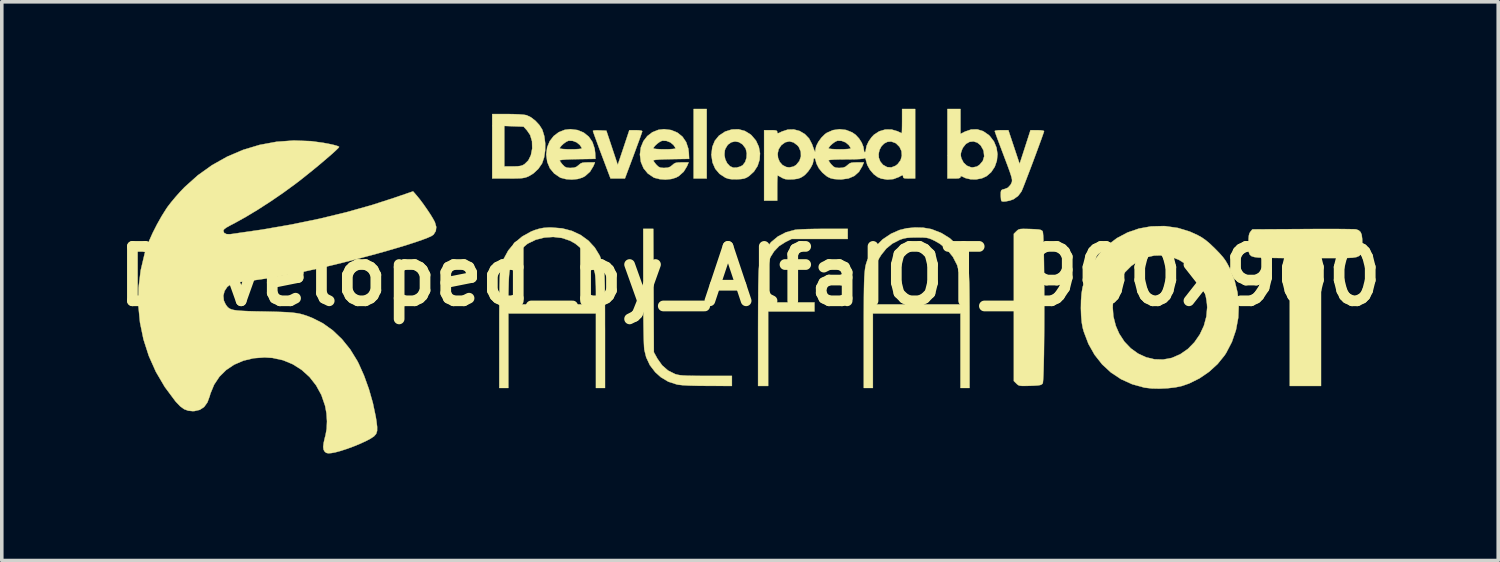
<source format=kicad_pcb>
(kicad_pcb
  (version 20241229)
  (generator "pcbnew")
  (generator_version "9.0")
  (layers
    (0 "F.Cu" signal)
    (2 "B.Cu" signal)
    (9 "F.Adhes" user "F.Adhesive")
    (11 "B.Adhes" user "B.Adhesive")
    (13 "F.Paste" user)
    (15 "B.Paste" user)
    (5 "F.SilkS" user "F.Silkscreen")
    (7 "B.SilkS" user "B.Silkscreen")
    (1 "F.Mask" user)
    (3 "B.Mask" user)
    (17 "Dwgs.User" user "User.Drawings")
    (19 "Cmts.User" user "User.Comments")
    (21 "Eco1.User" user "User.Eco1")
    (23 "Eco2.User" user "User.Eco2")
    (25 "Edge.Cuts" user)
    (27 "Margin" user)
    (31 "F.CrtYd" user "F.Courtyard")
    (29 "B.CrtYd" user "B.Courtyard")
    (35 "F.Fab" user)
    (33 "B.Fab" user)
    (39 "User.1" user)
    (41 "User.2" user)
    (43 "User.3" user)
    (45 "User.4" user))
  (footprint "Developed_by_AlfaIOT_900x900"
    (layer "F.Cu")
    (at 17.969 4.69)
    (property "Reference" "Developed_by_AlfaIOT_900x900" (at 0 0 0) (layer "F.SilkS") (effects (font (size 1.524 1.524) (thickness 0.3))))
    (attr through_hole)
    (fp_poly (pts (xy -1.214 -2.738) (xy -1.58 -2.738) (xy -1.58 -4.685) (xy -1.214 -4.685) (xy -1.214 -2.738)) (stroke (width 0.01) (type solid)) (fill yes) (layer "F.SilkS"))
    (fp_poly (pts (xy -3.108 -4.088) (xy -3.043 -4.078) (xy -3.02 -4.064) (xy -3.029 -4.031) (xy -3.056 -3.953) (xy -3.097 -3.837) (xy -3.151 -3.691) (xy -3.213 -3.522) (xy -3.263 -3.387) (xy -3.506 -2.738) (xy -3.708 -2.738) (xy -3.909 -2.738) (xy -4.156 -3.394) (xy -4.224 -3.575) (xy -4.284 -3.739) (xy -4.335 -3.878) (xy -4.374 -3.985) (xy -4.397 -4.052) (xy -4.403 -4.072) (xy -4.377 -4.083) (xy -4.309 -4.088) (xy -4.215 -4.086) (xy -4.214 -4.086) (xy -4.026 -4.078) (xy -3.866 -3.598) (xy -3.707 -3.119) (xy -3.544 -3.605) (xy -3.382 -4.092) (xy -3.201 -4.092) (xy -3.108 -4.088)) (stroke (width 0.01) (type solid)) (fill yes) (layer "F.SilkS"))
    (fp_poly (pts (xy -2.695 2.131) (xy -2.594 2.314) (xy -2.462 2.5) (xy -2.297 2.644) (xy -2.102 2.742) (xy -2.082 2.748) (xy -2.026 2.763) (xy -1.957 2.775) (xy -1.866 2.783) (xy -1.747 2.789) (xy -1.592 2.792) (xy -1.393 2.794) (xy -1.224 2.794) (xy -0.508 2.794) (xy -0.508 3.076) (xy -1.192 3.074) (xy -1.478 3.071) (xy -1.708 3.065) (xy -1.886 3.055) (xy -2.013 3.041) (xy -2.053 3.033) (xy -2.29 2.956) (xy -2.5 2.83) (xy -2.655 2.691) (xy -2.807 2.493) (xy -2.91 2.272) (xy -2.962 2.06) (xy -2.968 1.99) (xy -2.974 1.867) (xy -2.979 1.695) (xy -2.983 1.478) (xy -2.987 1.22) (xy -2.989 0.923) (xy -2.991 0.593) (xy -2.991 0.275) (xy -2.992 -1.326) (xy -2.711 -1.326) (xy -2.695 2.131)) (stroke (width 0.01) (type solid)) (fill yes) (layer "F.SilkS"))
    (fp_poly (pts (xy 2.738 -1.044) (xy 1.166 -1.044) (xy 0.994 -0.958) (xy 0.816 -0.845) (xy 0.676 -0.699) (xy 0.586 -0.557) (xy 0.564 -0.513) (xy 0.548 -0.467) (xy 0.536 -0.411) (xy 0.528 -0.336) (xy 0.522 -0.232) (xy 0.517 -0.092) (xy 0.514 0.094) (xy 0.513 0.148) (xy 0.504 0.734) (xy 1.806 0.734) (xy 1.806 0.988) (xy 0.508 0.988) (xy 0.508 3.076) (xy 0.226 3.076) (xy 0.226 1.489) (xy 0.227 1.139) (xy 0.228 0.818) (xy 0.231 0.53) (xy 0.234 0.278) (xy 0.239 0.066) (xy 0.244 -0.101) (xy 0.249 -0.219) (xy 0.255 -0.282) (xy 0.323 -0.535) (xy 0.436 -0.762) (xy 0.592 -0.956) (xy 0.783 -1.114) (xy 1.007 -1.23) (xy 1.256 -1.298) (xy 1.259 -1.299) (xy 1.336 -1.307) (xy 1.458 -1.314) (xy 1.616 -1.32) (xy 1.798 -1.324) (xy 1.993 -1.326) (xy 2.081 -1.326) (xy 2.738 -1.326) (xy 2.738 -1.044)) (stroke (width 0.01) (type solid)) (fill yes) (layer "F.SilkS"))
    (fp_poly (pts (xy 16.285 -1.322) (xy 16.501 -1.322) (xy 16.684 -1.32) (xy 16.828 -1.318) (xy 16.929 -1.316) (xy 16.98 -1.313) (xy 16.983 -1.313) (xy 17.06 -1.284) (xy 17.111 -1.236) (xy 17.142 -1.159) (xy 17.156 -1.044) (xy 17.158 -0.924) (xy 17.156 -0.793) (xy 17.145 -0.693) (xy 17.12 -0.62) (xy 17.073 -0.569) (xy 16.997 -0.536) (xy 16.887 -0.518) (xy 16.735 -0.51) (xy 16.535 -0.508) (xy 16.484 -0.508) (xy 16.002 -0.508) (xy 16.002 3.076) (xy 15.127 3.076) (xy 15.127 -0.505) (xy 14.602 -0.513) (xy 14.398 -0.517) (xy 14.243 -0.523) (xy 14.131 -0.537) (xy 14.055 -0.561) (xy 14.007 -0.602) (xy 13.982 -0.662) (xy 13.972 -0.748) (xy 13.97 -0.862) (xy 13.97 -0.917) (xy 13.972 -1.049) (xy 13.98 -1.138) (xy 13.995 -1.198) (xy 14.021 -1.242) (xy 14.024 -1.246) (xy 14.078 -1.312) (xy 15.499 -1.32) (xy 15.778 -1.322) (xy 16.042 -1.322) (xy 16.285 -1.322)) (stroke (width 0.01) (type solid)) (fill yes) (layer "F.SilkS"))
    (fp_poly (pts (xy 7.767 -1.324) (xy 7.849 -1.322) (xy 7.989 -1.316) (xy 8.084 -1.309) (xy 8.144 -1.297) (xy 8.18 -1.279) (xy 8.201 -1.258) (xy 8.209 -1.218) (xy 8.217 -1.128) (xy 8.223 -0.992) (xy 8.229 -0.817) (xy 8.234 -0.606) (xy 8.238 -0.367) (xy 8.241 -0.104) (xy 8.243 0.178) (xy 8.245 0.472) (xy 8.246 0.773) (xy 8.246 1.076) (xy 8.245 1.376) (xy 8.243 1.666) (xy 8.24 1.942) (xy 8.237 2.198) (xy 8.232 2.429) (xy 8.227 2.628) (xy 8.221 2.792) (xy 8.214 2.913) (xy 8.207 2.987) (xy 8.201 3.007) (xy 8.176 3.032) (xy 8.137 3.049) (xy 8.073 3.06) (xy 7.972 3.067) (xy 7.849 3.072) (xy 7.712 3.075) (xy 7.62 3.075) (xy 7.559 3.068) (xy 7.518 3.053) (xy 7.485 3.028) (xy 7.466 3.009) (xy 7.394 2.938) (xy 7.394 -1.188) (xy 7.466 -1.26) (xy 7.5 -1.291) (xy 7.535 -1.311) (xy 7.583 -1.322) (xy 7.656 -1.326) (xy 7.767 -1.324)) (stroke (width 0.01) (type solid)) (fill yes) (layer "F.SilkS"))
    (fp_poly (pts (xy -6.623 -4.541) (xy -6.469 -4.535) (xy -6.345 -4.525) (xy -6.265 -4.512) (xy -6.259 -4.51) (xy -6.139 -4.452) (xy -6.016 -4.357) (xy -5.906 -4.239) (xy -5.827 -4.115) (xy -5.818 -4.096) (xy -5.765 -3.923) (xy -5.74 -3.725) (xy -5.742 -3.52) (xy -5.771 -3.327) (xy -5.826 -3.165) (xy -5.832 -3.154) (xy -5.933 -3.008) (xy -6.069 -2.881) (xy -6.195 -2.804) (xy -6.253 -2.779) (xy -6.311 -2.761) (xy -6.378 -2.749) (xy -6.467 -2.742) (xy -6.587 -2.739) (xy -6.752 -2.738) (xy -6.78 -2.738) (xy -7.225 -2.738) (xy -7.225 -3.076) (xy -6.886 -3.076) (xy -6.651 -3.076) (xy -6.525 -3.079) (xy -6.438 -3.089) (xy -6.373 -3.109) (xy -6.319 -3.14) (xy -6.213 -3.244) (xy -6.141 -3.391) (xy -6.104 -3.577) (xy -6.104 -3.578) (xy -6.109 -3.781) (xy -6.161 -3.955) (xy -6.251 -4.087) (xy -6.346 -4.191) (xy -6.616 -4.201) (xy -6.886 -4.211) (xy -6.886 -3.076) (xy -7.225 -3.076) (xy -7.225 -4.544) (xy -6.798 -4.544) (xy -6.623 -4.541)) (stroke (width 0.01) (type solid)) (fill yes) (layer "F.SilkS"))
    (fp_poly (pts (xy 5.898 -3.987) (xy 6.03 -4.054) (xy 6.201 -4.112) (xy 6.371 -4.114) (xy 6.536 -4.062) (xy 6.69 -3.956) (xy 6.721 -3.926) (xy 6.837 -3.774) (xy 6.908 -3.602) (xy 6.935 -3.42) (xy 6.918 -3.238) (xy 6.859 -3.067) (xy 6.758 -2.915) (xy 6.627 -2.802) (xy 6.498 -2.743) (xy 6.344 -2.714) (xy 6.186 -2.715) (xy 6.046 -2.747) (xy 6.004 -2.766) (xy 5.937 -2.799) (xy 5.906 -2.803) (xy 5.898 -2.781) (xy 5.887 -2.757) (xy 5.844 -2.743) (xy 5.761 -2.738) (xy 5.715 -2.738) (xy 5.532 -2.738) (xy 5.532 -3.378) (xy 5.906 -3.378) (xy 5.923 -3.303) (xy 5.984 -3.183) (xy 6.078 -3.096) (xy 6.193 -3.052) (xy 6.237 -3.048) (xy 6.355 -3.071) (xy 6.432 -3.121) (xy 6.524 -3.23) (xy 6.563 -3.359) (xy 6.548 -3.501) (xy 6.534 -3.543) (xy 6.464 -3.666) (xy 6.369 -3.744) (xy 6.262 -3.777) (xy 6.153 -3.765) (xy 6.051 -3.708) (xy 5.969 -3.605) (xy 5.94 -3.543) (xy 5.91 -3.451) (xy 5.906 -3.378) (xy 5.532 -3.378) (xy 5.532 -4.685) (xy 5.898 -4.685) (xy 5.898 -3.987)) (stroke (width 0.01) (type solid)) (fill yes) (layer "F.SilkS"))
    (fp_poly (pts (xy -0.145 -4.07) (xy 0.015 -3.972) (xy 0.042 -3.948) (xy 0.168 -3.798) (xy 0.247 -3.626) (xy 0.28 -3.445) (xy 0.268 -3.262) (xy 0.211 -3.087) (xy 0.109 -2.93) (xy -0.024 -2.809) (xy -0.096 -2.763) (xy -0.165 -2.736) (xy -0.251 -2.722) (xy -0.362 -2.716) (xy -0.497 -2.715) (xy -0.596 -2.728) (xy -0.68 -2.756) (xy -0.691 -2.761) (xy -0.854 -2.868) (xy -0.975 -3.011) (xy -1.051 -3.186) (xy -1.081 -3.388) (xy -1.081 -3.4) (xy -0.718 -3.4) (xy -0.694 -3.275) (xy -0.64 -3.165) (xy -0.562 -3.082) (xy -0.471 -3.041) (xy -0.374 -3.044) (xy -0.271 -3.073) (xy -0.205 -3.11) (xy -0.137 -3.199) (xy -0.098 -3.318) (xy -0.091 -3.448) (xy -0.119 -3.567) (xy -0.126 -3.583) (xy -0.209 -3.693) (xy -0.31 -3.757) (xy -0.42 -3.776) (xy -0.527 -3.752) (xy -0.621 -3.685) (xy -0.689 -3.576) (xy -0.706 -3.526) (xy -0.718 -3.4) (xy -1.081 -3.4) (xy -1.081 -3.415) (xy -1.057 -3.622) (xy -0.986 -3.796) (xy -0.87 -3.938) (xy -0.71 -4.045) (xy -0.693 -4.054) (xy -0.507 -4.112) (xy -0.322 -4.117) (xy -0.145 -4.07)) (stroke (width 0.01) (type solid)) (fill yes) (layer "F.SilkS"))
    (fp_poly (pts (xy 7.398 -3.619) (xy 7.555 -3.147) (xy 7.708 -3.619) (xy 7.86 -4.091) (xy 8.05 -4.092) (xy 8.147 -4.088) (xy 8.215 -4.079) (xy 8.241 -4.065) (xy 8.241 -4.065) (xy 8.231 -4.031) (xy 8.204 -3.953) (xy 8.163 -3.837) (xy 8.11 -3.693) (xy 8.049 -3.527) (xy 7.983 -3.348) (xy 7.914 -3.163) (xy 7.845 -2.981) (xy 7.779 -2.809) (xy 7.72 -2.655) (xy 7.67 -2.526) (xy 7.632 -2.432) (xy 7.609 -2.378) (xy 7.607 -2.374) (xy 7.513 -2.249) (xy 7.385 -2.157) (xy 7.281 -2.119) (xy 7.165 -2.096) (xy 7.092 -2.091) (xy 7.051 -2.103) (xy 7.046 -2.107) (xy 7.035 -2.144) (xy 7.029 -2.218) (xy 7.027 -2.273) (xy 7.029 -2.36) (xy 7.041 -2.406) (xy 7.072 -2.427) (xy 7.122 -2.439) (xy 7.227 -2.48) (xy 7.302 -2.562) (xy 7.336 -2.633) (xy 7.343 -2.663) (xy 7.343 -2.702) (xy 7.333 -2.756) (xy 7.311 -2.833) (xy 7.276 -2.938) (xy 7.225 -3.079) (xy 7.156 -3.262) (xy 7.112 -3.379) (xy 7.043 -3.562) (xy 6.981 -3.727) (xy 6.928 -3.868) (xy 6.889 -3.977) (xy 6.865 -4.046) (xy 6.858 -4.069) (xy 6.884 -4.08) (xy 6.951 -4.089) (xy 7.047 -4.092) (xy 7.049 -4.092) (xy 7.24 -4.092) (xy 7.398 -3.619)) (stroke (width 0.01) (type solid)) (fill yes) (layer "F.SilkS"))
    (fp_poly (pts (xy -4.833 -4.095) (xy -4.659 -4.023) (xy -4.518 -3.909) (xy -4.415 -3.758) (xy -4.354 -3.574) (xy -4.34 -3.457) (xy -4.332 -3.288) (xy -4.833 -3.28) (xy -5.01 -3.276) (xy -5.155 -3.27) (xy -5.261 -3.261) (xy -5.322 -3.252) (xy -5.334 -3.245) (xy -5.317 -3.209) (xy -5.273 -3.151) (xy -5.252 -3.126) (xy -5.193 -3.069) (xy -5.135 -3.042) (xy -5.052 -3.034) (xy -5.028 -3.034) (xy -4.93 -3.041) (xy -4.861 -3.067) (xy -4.805 -3.111) (xy -4.754 -3.154) (xy -4.701 -3.178) (xy -4.627 -3.187) (xy -4.535 -3.189) (xy -4.345 -3.189) (xy -4.39 -3.083) (xy -4.484 -2.928) (xy -4.619 -2.807) (xy -4.699 -2.763) (xy -4.834 -2.723) (xy -4.995 -2.708) (xy -5.157 -2.72) (xy -5.299 -2.756) (xy -5.326 -2.768) (xy -5.488 -2.878) (xy -5.608 -3.023) (xy -5.682 -3.2) (xy -5.71 -3.403) (xy -5.71 -3.418) (xy -5.688 -3.582) (xy -5.334 -3.582) (xy -5.308 -3.572) (xy -5.236 -3.563) (xy -5.131 -3.558) (xy -5.024 -3.556) (xy -4.899 -3.558) (xy -4.798 -3.564) (xy -4.733 -3.572) (xy -4.713 -3.58) (xy -4.729 -3.618) (xy -4.768 -3.674) (xy -4.77 -3.677) (xy -4.856 -3.749) (xy -4.966 -3.792) (xy -5.075 -3.797) (xy -5.092 -3.794) (xy -5.153 -3.765) (xy -5.224 -3.714) (xy -5.287 -3.655) (xy -5.328 -3.602) (xy -5.334 -3.582) (xy -5.688 -3.582) (xy -5.684 -3.612) (xy -5.613 -3.784) (xy -5.502 -3.928) (xy -5.359 -4.036) (xy -5.19 -4.102) (xy -5.035 -4.12) (xy -4.833 -4.095)) (stroke (width 0.01) (type solid)) (fill yes) (layer "F.SilkS"))
    (fp_poly (pts (xy -2.209 -4.095) (xy -2.035 -4.023) (xy -1.893 -3.909) (xy -1.79 -3.758) (xy -1.729 -3.574) (xy -1.715 -3.457) (xy -1.707 -3.288) (xy -2.208 -3.28) (xy -2.385 -3.276) (xy -2.53 -3.27) (xy -2.636 -3.261) (xy -2.697 -3.252) (xy -2.709 -3.245) (xy -2.692 -3.209) (xy -2.648 -3.151) (xy -2.627 -3.126) (xy -2.568 -3.069) (xy -2.51 -3.042) (xy -2.427 -3.034) (xy -2.403 -3.034) (xy -2.305 -3.041) (xy -2.236 -3.067) (xy -2.18 -3.111) (xy -2.129 -3.154) (xy -2.076 -3.178) (xy -2.002 -3.187) (xy -1.91 -3.189) (xy -1.721 -3.189) (xy -1.765 -3.083) (xy -1.859 -2.928) (xy -1.995 -2.807) (xy -2.074 -2.763) (xy -2.209 -2.723) (xy -2.37 -2.708) (xy -2.533 -2.72) (xy -2.674 -2.756) (xy -2.702 -2.768) (xy -2.864 -2.878) (xy -2.983 -3.023) (xy -3.058 -3.2) (xy -3.085 -3.403) (xy -3.085 -3.418) (xy -3.063 -3.582) (xy -2.709 -3.582) (xy -2.683 -3.572) (xy -2.612 -3.563) (xy -2.506 -3.558) (xy -2.399 -3.556) (xy -2.274 -3.558) (xy -2.173 -3.564) (xy -2.108 -3.572) (xy -2.088 -3.58) (xy -2.104 -3.618) (xy -2.143 -3.674) (xy -2.145 -3.677) (xy -2.231 -3.749) (xy -2.341 -3.792) (xy -2.451 -3.797) (xy -2.468 -3.794) (xy -2.529 -3.765) (xy -2.599 -3.714) (xy -2.663 -3.655) (xy -2.703 -3.602) (xy -2.709 -3.582) (xy -3.063 -3.582) (xy -3.059 -3.612) (xy -2.988 -3.784) (xy -2.877 -3.928) (xy -2.734 -4.036) (xy -2.565 -4.102) (xy -2.41 -4.12) (xy -2.209 -4.095)) (stroke (width 0.01) (type solid)) (fill yes) (layer "F.SilkS"))
    (fp_poly (pts (xy -5.263 -1.34) (xy -4.989 -1.268) (xy -4.743 -1.152) (xy -4.528 -0.995) (xy -4.349 -0.8) (xy -4.21 -0.571) (xy -4.115 -0.31) (xy -4.107 -0.28) (xy -4.098 -0.232) (xy -4.09 -0.171) (xy -4.084 -0.092) (xy -4.078 0.008) (xy -4.074 0.136) (xy -4.07 0.294) (xy -4.068 0.489) (xy -4.066 0.724) (xy -4.065 1.004) (xy -4.065 1.334) (xy -4.064 1.517) (xy -4.064 3.133) (xy -4.318 3.133) (xy -4.318 1.044) (xy -6.773 1.044) (xy -6.773 3.133) (xy -7.027 3.133) (xy -7.027 1.54) (xy -7.027 1.13) (xy -7.025 0.79) (xy -6.779 0.79) (xy -4.318 0.79) (xy -4.318 0.427) (xy -4.32 0.273) (xy -4.327 0.124) (xy -4.336 -0.003) (xy -4.347 -0.088) (xy -4.42 -0.332) (xy -4.542 -0.557) (xy -4.704 -0.754) (xy -4.899 -0.914) (xy -5.044 -0.995) (xy -5.27 -1.071) (xy -5.514 -1.1) (xy -5.762 -1.083) (xy -6.003 -1.022) (xy -6.223 -0.916) (xy -6.248 -0.899) (xy -6.378 -0.79) (xy -6.505 -0.643) (xy -6.615 -0.475) (xy -6.692 -0.317) (xy -6.717 -0.247) (xy -6.735 -0.175) (xy -6.747 -0.089) (xy -6.756 0.022) (xy -6.763 0.169) (xy -6.767 0.318) (xy -6.779 0.79) (xy -7.025 0.79) (xy -7.025 0.776) (xy -7.022 0.478) (xy -7.018 0.233) (xy -7.013 0.042) (xy -7.006 -0.097) (xy -6.999 -0.183) (xy -6.995 -0.203) (xy -6.91 -0.472) (xy -6.776 -0.718) (xy -6.599 -0.933) (xy -6.385 -1.112) (xy -6.137 -1.25) (xy -6.032 -1.292) (xy -5.907 -1.33) (xy -5.791 -1.353) (xy -5.658 -1.363) (xy -5.56 -1.364) (xy -5.263 -1.34)) (stroke (width 0.01) (type solid)) (fill yes) (layer "F.SilkS"))
    (fp_poly (pts (xy 4.854 -1.359) (xy 5.067 -1.322) (xy 5.094 -1.315) (xy 5.363 -1.209) (xy 5.599 -1.063) (xy 5.798 -0.879) (xy 5.956 -0.663) (xy 6.068 -0.419) (xy 6.111 -0.262) (xy 6.12 -0.208) (xy 6.128 -0.138) (xy 6.134 -0.047) (xy 6.139 0.071) (xy 6.144 0.218) (xy 6.147 0.401) (xy 6.149 0.622) (xy 6.151 0.887) (xy 6.152 1.2) (xy 6.152 1.531) (xy 6.152 3.133) (xy 5.898 3.133) (xy 5.898 1.044) (xy 3.443 1.044) (xy 3.443 3.133) (xy 3.189 3.133) (xy 3.189 1.516) (xy 3.189 1.154) (xy 3.19 0.844) (xy 3.191 0.58) (xy 3.194 0.37) (xy 3.443 0.37) (xy 3.443 0.79) (xy 5.898 0.79) (xy 5.898 0.445) (xy 5.896 0.291) (xy 5.89 0.14) (xy 5.88 0.011) (xy 5.871 -0.067) (xy 5.803 -0.315) (xy 5.685 -0.543) (xy 5.523 -0.743) (xy 5.323 -0.907) (xy 5.178 -0.99) (xy 5.088 -1.033) (xy 5.015 -1.061) (xy 4.942 -1.077) (xy 4.854 -1.084) (xy 4.732 -1.086) (xy 4.671 -1.086) (xy 4.518 -1.083) (xy 4.404 -1.075) (xy 4.312 -1.058) (xy 4.226 -1.031) (xy 4.197 -1.02) (xy 3.991 -0.915) (xy 3.82 -0.776) (xy 3.677 -0.597) (xy 3.591 -0.458) (xy 3.528 -0.322) (xy 3.485 -0.177) (xy 3.459 -0.01) (xy 3.446 0.19) (xy 3.443 0.37) (xy 3.194 0.37) (xy 3.194 0.359) (xy 3.198 0.174) (xy 3.204 0.022) (xy 3.213 -0.103) (xy 3.224 -0.205) (xy 3.238 -0.289) (xy 3.257 -0.361) (xy 3.279 -0.424) (xy 3.305 -0.484) (xy 3.336 -0.546) (xy 3.36 -0.59) (xy 3.518 -0.831) (xy 3.715 -1.03) (xy 3.95 -1.188) (xy 4.188 -1.293) (xy 4.391 -1.343) (xy 4.621 -1.365) (xy 4.854 -1.359)) (stroke (width 0.01) (type solid)) (fill yes) (layer "F.SilkS"))
    (fp_poly (pts (xy 11.639 -1.402) (xy 11.99 -1.352) (xy 12.324 -1.25) (xy 12.544 -1.15) (xy 12.663 -1.084) (xy 12.773 -1.007) (xy 12.887 -0.911) (xy 13.021 -0.783) (xy 13.04 -0.764) (xy 13.161 -0.639) (xy 13.251 -0.537) (xy 13.322 -0.441) (xy 13.384 -0.337) (xy 13.441 -0.226) (xy 13.577 0.109) (xy 13.662 0.457) (xy 13.697 0.811) (xy 13.682 1.165) (xy 13.618 1.51) (xy 13.505 1.841) (xy 13.344 2.151) (xy 13.298 2.221) (xy 13.103 2.462) (xy 12.866 2.678) (xy 12.598 2.862) (xy 12.31 3.005) (xy 12.107 3.076) (xy 11.923 3.115) (xy 11.706 3.14) (xy 11.477 3.151) (xy 11.257 3.146) (xy 11.067 3.124) (xy 11.049 3.121) (xy 10.709 3.027) (xy 10.397 2.886) (xy 10.115 2.699) (xy 9.868 2.471) (xy 9.656 2.202) (xy 9.484 1.897) (xy 9.355 1.558) (xy 9.325 1.453) (xy 9.297 1.299) (xy 9.28 1.106) (xy 9.273 0.894) (xy 9.274 0.857) (xy 10.163 0.857) (xy 10.183 1.126) (xy 10.251 1.393) (xy 10.345 1.608) (xy 10.491 1.833) (xy 10.67 2.021) (xy 10.874 2.168) (xy 11.098 2.272) (xy 11.334 2.329) (xy 11.576 2.336) (xy 11.817 2.291) (xy 11.823 2.289) (xy 12.058 2.187) (xy 12.271 2.039) (xy 12.455 1.851) (xy 12.606 1.632) (xy 12.72 1.388) (xy 12.79 1.127) (xy 12.812 0.875) (xy 12.806 0.78) (xy 12.79 0.658) (xy 12.77 0.55) (xy 12.69 0.287) (xy 12.571 0.051) (xy 12.416 -0.154) (xy 12.234 -0.323) (xy 12.028 -0.454) (xy 11.804 -0.543) (xy 11.569 -0.585) (xy 11.327 -0.578) (xy 11.144 -0.537) (xy 10.899 -0.434) (xy 10.686 -0.288) (xy 10.505 -0.106) (xy 10.36 0.106) (xy 10.253 0.341) (xy 10.187 0.594) (xy 10.163 0.857) (xy 9.274 0.857) (xy 9.277 0.68) (xy 9.292 0.482) (xy 9.319 0.318) (xy 9.323 0.3) (xy 9.434 -0.042) (xy 9.59 -0.353) (xy 9.787 -0.629) (xy 10.02 -0.869) (xy 10.285 -1.068) (xy 10.579 -1.224) (xy 10.898 -1.334) (xy 11.237 -1.395) (xy 11.592 -1.404) (xy 11.639 -1.402)) (stroke (width 0.01) (type solid)) (fill yes) (layer "F.SilkS"))
    (fp_poly (pts (xy -12.298 -3.784) (xy -11.962 -3.738) (xy -11.801 -3.708) (xy -11.669 -3.679) (xy -11.573 -3.652) (xy -11.522 -3.631) (xy -11.515 -3.623) (xy -11.536 -3.594) (xy -11.595 -3.536) (xy -11.686 -3.452) (xy -11.803 -3.35) (xy -11.94 -3.233) (xy -12.09 -3.106) (xy -12.248 -2.976) (xy -12.407 -2.848) (xy -12.561 -2.725) (xy -12.705 -2.614) (xy -12.729 -2.596) (xy -13.072 -2.345) (xy -13.427 -2.101) (xy -13.782 -1.872) (xy -14.126 -1.664) (xy -14.446 -1.486) (xy -14.566 -1.424) (xy -14.675 -1.363) (xy -14.738 -1.316) (xy -14.76 -1.275) (xy -14.76 -1.271) (xy -14.736 -1.21) (xy -14.668 -1.178) (xy -14.563 -1.177) (xy -14.563 -1.177) (xy -13.681 -1.304) (xy -12.849 -1.448) (xy -12.061 -1.611) (xy -11.313 -1.792) (xy -10.598 -1.993) (xy -9.98 -2.193) (xy -9.443 -2.377) (xy -9.336 -2.254) (xy -9.25 -2.148) (xy -9.153 -2.018) (xy -9.054 -1.876) (xy -8.961 -1.737) (xy -8.885 -1.613) (xy -8.834 -1.518) (xy -8.831 -1.511) (xy -8.793 -1.379) (xy -8.806 -1.266) (xy -8.87 -1.164) (xy -8.925 -1.127) (xy -9.03 -1.079) (xy -9.18 -1.022) (xy -9.37 -0.956) (xy -9.595 -0.883) (xy -9.85 -0.805) (xy -10.131 -0.723) (xy -10.431 -0.638) (xy -10.747 -0.553) (xy -11.073 -0.467) (xy -11.403 -0.383) (xy -11.735 -0.302) (xy -12.061 -0.226) (xy -12.377 -0.156) (xy -12.629 -0.102) (xy -12.872 -0.055) (xy -13.133 -0.007) (xy -13.401 0.038) (xy -13.661 0.08) (xy -13.902 0.115) (xy -14.111 0.142) (xy -14.252 0.158) (xy -14.366 0.172) (xy -14.466 0.191) (xy -14.532 0.211) (xy -14.534 0.213) (xy -14.65 0.3) (xy -14.726 0.415) (xy -14.76 0.547) (xy -14.746 0.682) (xy -14.704 0.775) (xy -14.67 0.828) (xy -14.636 0.87) (xy -14.594 0.903) (xy -14.539 0.929) (xy -14.465 0.948) (xy -14.365 0.962) (xy -14.234 0.972) (xy -14.063 0.98) (xy -13.849 0.986) (xy -13.617 0.99) (xy -13.356 0.996) (xy -13.143 1.002) (xy -12.969 1.01) (xy -12.828 1.021) (xy -12.71 1.036) (xy -12.607 1.055) (xy -12.512 1.081) (xy -12.415 1.113) (xy -12.309 1.154) (xy -12.271 1.169) (xy -11.973 1.319) (xy -11.693 1.519) (xy -11.436 1.765) (xy -11.205 2.051) (xy -11.006 2.374) (xy -10.968 2.448) (xy -10.816 2.788) (xy -10.681 3.163) (xy -10.57 3.553) (xy -10.489 3.938) (xy -10.468 4.07) (xy -10.45 4.224) (xy -10.451 4.336) (xy -10.478 4.419) (xy -10.537 4.487) (xy -10.635 4.552) (xy -10.76 4.618) (xy -10.922 4.693) (xy -11.104 4.768) (xy -11.291 4.837) (xy -11.469 4.895) (xy -11.624 4.937) (xy -11.734 4.957) (xy -11.823 4.963) (xy -11.878 4.95) (xy -11.921 4.914) (xy -11.951 4.86) (xy -11.961 4.782) (xy -11.948 4.672) (xy -11.914 4.522) (xy -11.897 4.46) (xy -11.864 4.279) (xy -11.855 4.067) (xy -11.869 3.846) (xy -11.907 3.637) (xy -11.909 3.63) (xy -12.012 3.33) (xy -12.16 3.06) (xy -12.345 2.824) (xy -12.566 2.625) (xy -12.815 2.467) (xy -13.089 2.354) (xy -13.383 2.29) (xy -13.603 2.276) (xy -13.914 2.299) (xy -14.2 2.368) (xy -14.457 2.479) (xy -14.682 2.63) (xy -14.871 2.818) (xy -15.019 3.041) (xy -15.124 3.295) (xy -15.141 3.359) (xy -15.206 3.536) (xy -15.298 3.664) (xy -15.42 3.745) (xy -15.572 3.78) (xy -15.617 3.782) (xy -15.745 3.769) (xy -15.858 3.727) (xy -15.967 3.648) (xy -16.084 3.526) (xy -16.104 3.503) (xy -16.401 3.104) (xy -16.65 2.68) (xy -16.849 2.234) (xy -16.998 1.771) (xy -17.096 1.295) (xy -17.143 0.811) (xy -17.136 0.323) (xy -17.076 -0.164) (xy -16.962 -0.647) (xy -16.921 -0.778) (xy -16.843 -0.983) (xy -16.74 -1.213) (xy -16.618 -1.453) (xy -16.488 -1.684) (xy -16.359 -1.889) (xy -16.32 -1.946) (xy -16.222 -2.073) (xy -16.1 -2.219) (xy -15.968 -2.368) (xy -15.845 -2.496) (xy -15.475 -2.827) (xy -15.076 -3.112) (xy -14.652 -3.35) (xy -14.206 -3.54) (xy -13.744 -3.679) (xy -13.269 -3.767) (xy -12.785 -3.802) (xy -12.298 -3.784)) (stroke (width 0.01) (type solid)) (fill yes) (layer "F.SilkS"))
    (fp_poly (pts (xy 4.628 -2.738) (xy 4.459 -2.738) (xy 4.364 -2.74) (xy 4.313 -2.749) (xy 4.293 -2.769) (xy 4.29 -2.792) (xy 4.286 -2.823) (xy 4.268 -2.829) (xy 4.221 -2.808) (xy 4.17 -2.779) (xy 4.019 -2.722) (xy 3.85 -2.707) (xy 3.681 -2.734) (xy 3.582 -2.774) (xy 3.466 -2.86) (xy 3.363 -2.98) (xy 3.287 -3.116) (xy 3.256 -3.223) (xy 3.239 -3.293) (xy 3.218 -3.311) (xy 3.208 -3.304) (xy 3.167 -3.292) (xy 3.075 -3.283) (xy 2.935 -3.277) (xy 2.752 -3.274) (xy 2.69 -3.274) (xy 2.505 -3.272) (xy 2.36 -3.268) (xy 2.259 -3.261) (xy 2.207 -3.251) (xy 2.201 -3.246) (xy 2.219 -3.21) (xy 2.262 -3.151) (xy 2.284 -3.126) (xy 2.342 -3.069) (xy 2.4 -3.042) (xy 2.484 -3.034) (xy 2.508 -3.034) (xy 2.606 -3.041) (xy 2.675 -3.067) (xy 2.73 -3.111) (xy 2.781 -3.154) (xy 2.834 -3.178) (xy 2.909 -3.187) (xy 3.001 -3.189) (xy 3.19 -3.189) (xy 3.146 -3.083) (xy 3.053 -2.925) (xy 2.924 -2.81) (xy 2.759 -2.739) (xy 2.56 -2.712) (xy 2.476 -2.714) (xy 2.351 -2.724) (xy 2.26 -2.745) (xy 2.182 -2.781) (xy 2.149 -2.802) (xy 2.029 -2.902) (xy 1.929 -3.025) (xy 1.863 -3.154) (xy 1.845 -3.222) (xy 1.825 -3.29) (xy 1.801 -3.312) (xy 1.782 -3.285) (xy 1.777 -3.237) (xy 1.757 -3.149) (xy 1.703 -3.043) (xy 1.629 -2.936) (xy 1.544 -2.844) (xy 1.502 -2.81) (xy 1.42 -2.76) (xy 1.339 -2.732) (xy 1.233 -2.717) (xy 1.185 -2.714) (xy 1.068 -2.711) (xy 0.986 -2.721) (xy 0.918 -2.746) (xy 0.888 -2.763) (xy 0.822 -2.8) (xy 0.78 -2.821) (xy 0.774 -2.822) (xy 0.77 -2.796) (xy 0.766 -2.724) (xy 0.763 -2.616) (xy 0.762 -2.485) (xy 0.762 -2.469) (xy 0.762 -2.117) (xy 0.395 -2.117) (xy 0.395 -3.435) (xy 0.774 -3.435) (xy 0.786 -3.313) (xy 0.832 -3.203) (xy 0.91 -3.114) (xy 1.015 -3.06) (xy 1.101 -3.048) (xy 1.22 -3.072) (xy 1.294 -3.119) (xy 1.384 -3.228) (xy 1.427 -3.356) (xy 1.425 -3.433) (xy 3.604 -3.433) (xy 3.61 -3.319) (xy 3.652 -3.21) (xy 3.728 -3.12) (xy 3.841 -3.057) (xy 3.96 -3.048) (xy 4.078 -3.094) (xy 4.138 -3.141) (xy 4.22 -3.25) (xy 4.255 -3.376) (xy 4.245 -3.505) (xy 4.191 -3.623) (xy 4.095 -3.719) (xy 4.07 -3.734) (xy 3.958 -3.774) (xy 3.853 -3.766) (xy 3.76 -3.719) (xy 3.684 -3.642) (xy 3.631 -3.543) (xy 3.604 -3.433) (xy 1.425 -3.433) (xy 1.423 -3.489) (xy 1.37 -3.615) (xy 1.33 -3.665) (xy 1.22 -3.749) (xy 1.104 -3.778) (xy 0.988 -3.753) (xy 0.879 -3.673) (xy 0.874 -3.668) (xy 0.802 -3.557) (xy 0.774 -3.435) (xy 0.395 -3.435) (xy 0.395 -4.092) (xy 0.579 -4.092) (xy 0.678 -4.09) (xy 0.734 -4.082) (xy 0.758 -4.064) (xy 0.762 -4.04) (xy 0.766 -4.011) (xy 0.786 -4.005) (xy 0.834 -4.024) (xy 0.894 -4.054) (xy 1.059 -4.108) (xy 1.228 -4.112) (xy 1.39 -4.069) (xy 1.535 -3.983) (xy 1.655 -3.859) (xy 1.738 -3.7) (xy 1.738 -3.699) (xy 1.78 -3.583) (xy 1.807 -3.514) (xy 1.822 -3.488) (xy 1.83 -3.499) (xy 1.832 -3.541) (xy 1.833 -3.543) (xy 1.841 -3.582) (xy 2.201 -3.582) (xy 2.228 -3.572) (xy 2.299 -3.563) (xy 2.404 -3.558) (xy 2.512 -3.556) (xy 2.637 -3.558) (xy 2.737 -3.564) (xy 2.803 -3.572) (xy 2.822 -3.58) (xy 2.806 -3.618) (xy 2.768 -3.674) (xy 2.765 -3.677) (xy 2.68 -3.749) (xy 2.57 -3.792) (xy 2.46 -3.797) (xy 2.443 -3.794) (xy 2.382 -3.765) (xy 2.312 -3.714) (xy 2.248 -3.655) (xy 2.208 -3.602) (xy 2.201 -3.582) (xy 1.841 -3.582) (xy 1.856 -3.648) (xy 1.917 -3.767) (xy 2.002 -3.883) (xy 2.101 -3.981) (xy 2.153 -4.018) (xy 2.324 -4.093) (xy 2.508 -4.119) (xy 2.691 -4.098) (xy 2.862 -4.03) (xy 2.96 -3.962) (xy 3.054 -3.861) (xy 3.13 -3.742) (xy 3.178 -3.622) (xy 3.189 -3.547) (xy 3.198 -3.492) (xy 3.217 -3.471) (xy 3.238 -3.496) (xy 3.246 -3.547) (xy 3.267 -3.654) (xy 3.324 -3.776) (xy 3.406 -3.893) (xy 3.471 -3.962) (xy 3.619 -4.059) (xy 3.787 -4.109) (xy 3.963 -4.111) (xy 4.132 -4.062) (xy 4.149 -4.054) (xy 4.212 -4.024) (xy 4.249 -4.008) (xy 4.252 -4.008) (xy 4.256 -4.034) (xy 4.259 -4.106) (xy 4.261 -4.212) (xy 4.262 -4.343) (xy 4.262 -4.685) (xy 4.628 -4.685) (xy 4.628 -2.738)) (stroke (width 0.01) (type solid)) (fill yes) (layer "F.SilkS")))
  (gr_rect
    (start -3 -3)
    (end 38.937 12.658)
    (stroke (width 0.1) (type default))
    (fill no)
    (layer "Edge.Cuts")))
</source>
